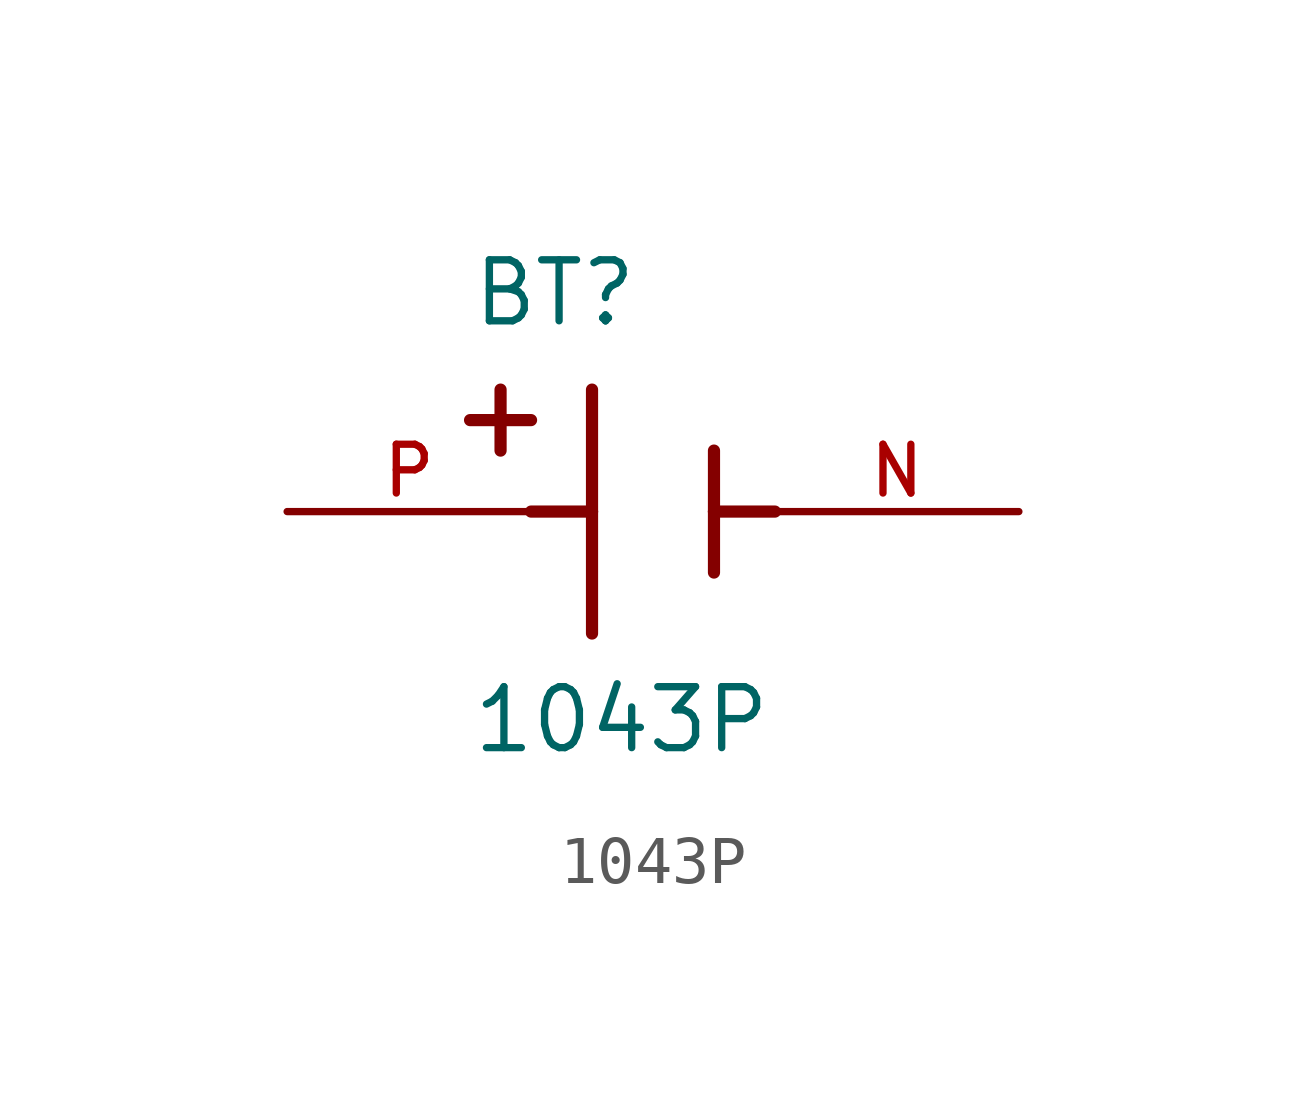
<source format=kicad_sym>
(kicad_symbol_lib
  (version 20220914)
  (generator kicad_symbol_editor)
  (symbol "1043P"
    (pin_names
      (offset 1.016))
    (property "Reference" "BT"
      (at -3.81 3.81 0)
      (effects (font (size 1.27 1.27)) (justify left bottom)))
    (property "Value" "1043P"
      (at -3.81 -5.08 0)
      (effects (font (size 1.27 1.27)) (justify left bottom)))
    (symbol "1043P_0_0"
      (polyline (pts (xy -3.81 1.905) (xy -2.54 1.905)) (stroke (width 0.254) (type default)) (fill (type none)))
      (polyline (pts (xy -3.175 2.54) (xy -3.175 1.27)) (stroke (width 0.254) (type default)) (fill (type none)))
      (polyline (pts (xy -1.27 0) (xy -2.54 0)) (stroke (width 0.254) (type default)) (fill (type none)))
      (polyline (pts (xy -1.27 0) (xy -1.27 -2.54)) (stroke (width 0.254) (type default)) (fill (type none)))
      (polyline (pts (xy -1.27 2.54) (xy -1.27 0)) (stroke (width 0.254) (type default)) (fill (type none)))
      (polyline (pts (xy 1.27 0) (xy 1.27 -1.27)) (stroke (width 0.254) (type default)) (fill (type none)))
      (polyline (pts (xy 1.27 0) (xy 2.54 0)) (stroke (width 0.254) (type default)) (fill (type none)))
      (polyline (pts (xy 1.27 1.27) (xy 1.27 0)) (stroke (width 0.254) (type default)) (fill (type none)))
      (pin passive line (at 7.62 0 180) (length 5.08) (name "~" (effects (font (size 1.016 1.016)))) (number "N" (effects (font (size 1.016 1.016)))))
      (pin passive line (at -7.62 0 0) (length 5.08) (name "~" (effects (font (size 1.016 1.016)))) (number "P" (effects (font (size 1.016 1.016))))))))
</source>
